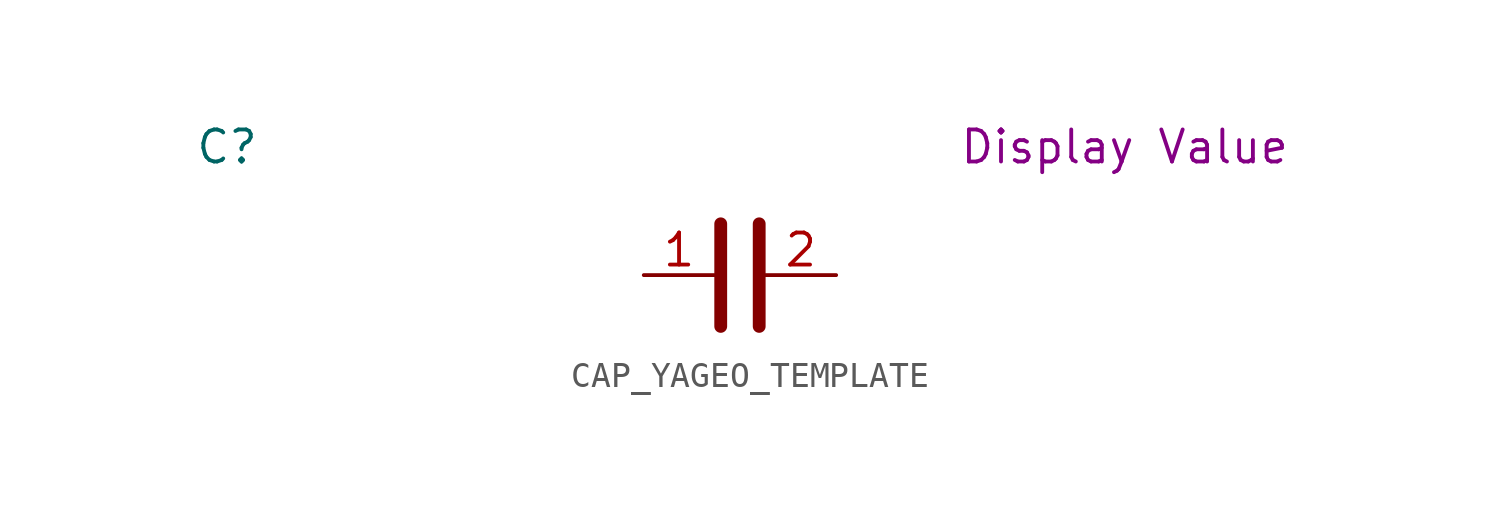
<source format=kicad_sym>
(kicad_symbol_lib
  (version 20231120)
  (generator "kicad_symbol_editor")
  (generator_version "8.0")
  (symbol "CAP_YAGEO_TEMPLATE"
    (property "Reference" "C"
      (at -20.32 5.08 0)
      (effects (font (size 1.27 1.27))))
    (property "Display Value" "Display Value"
      (at 15.24 5.08 0)
      (effects (font (size 1.27 1.27))))
    (symbol "CAP_YAGEO_TEMPLATE_0_1"
      (polyline (pts (xy -0.762 -2.032) (xy -0.762 2.032)) (stroke (width 0.508) (type default)) (fill (type none)))
      (polyline (pts (xy 0.762 -2.032) (xy 0.762 2.032)) (stroke (width 0.508) (type default)) (fill (type none))))
    (symbol "CAP_YAGEO_TEMPLATE_1_1"
      (pin passive line (at -3.81 0 0) (length 2.794) (name "~" (effects (font (size 1.27 1.27)))) (number "1" (effects (font (size 1.27 1.27)))))
      (pin passive line (at 3.81 0 180) (length 2.794) (name "~" (effects (font (size 1.27 1.27)))) (number "2" (effects (font (size 1.27 1.27))))))))
</source>
